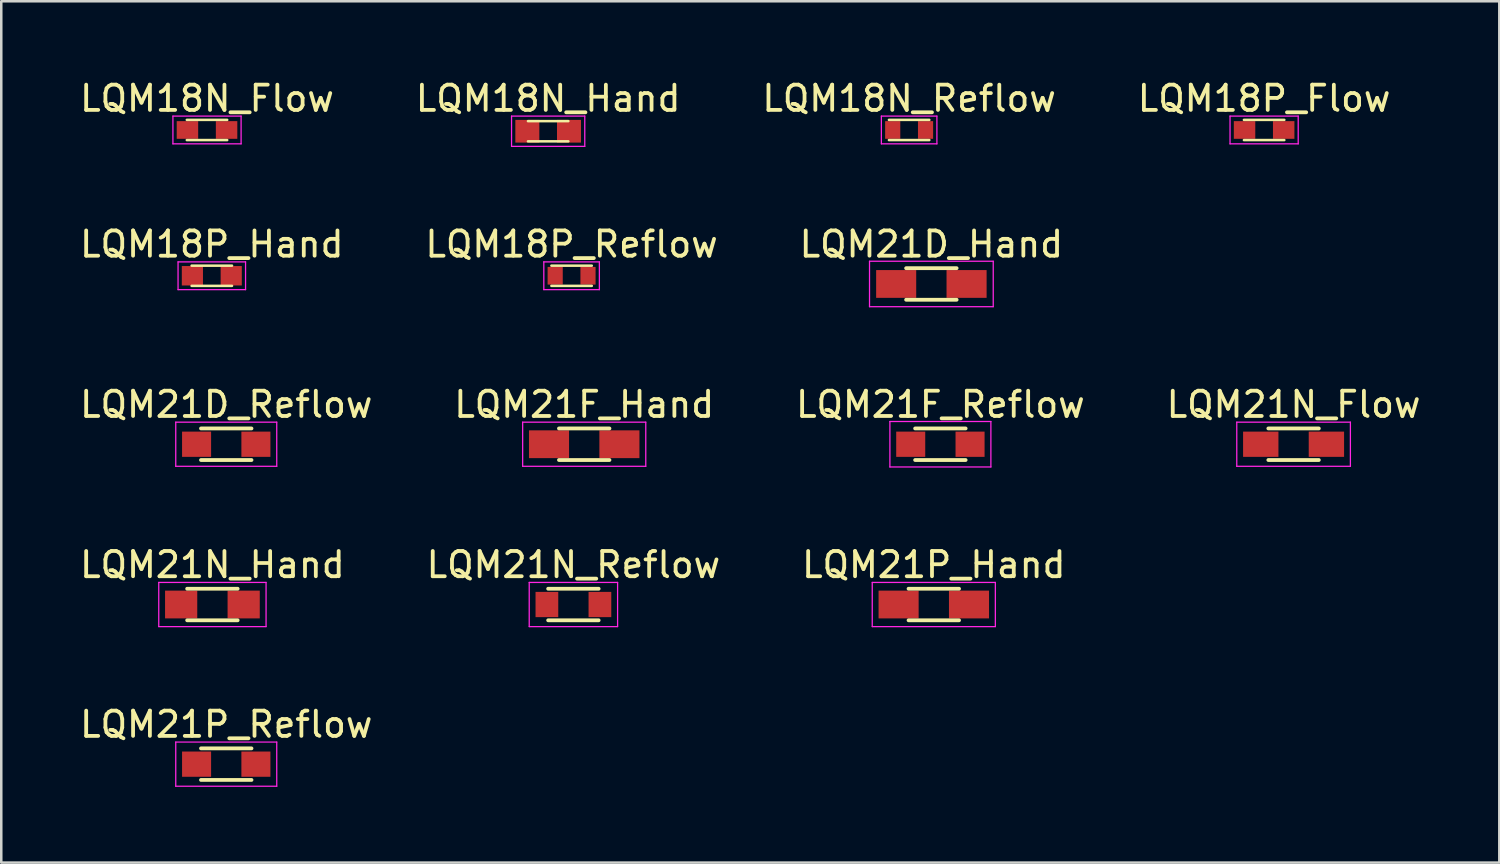
<source format=kicad_pcb>
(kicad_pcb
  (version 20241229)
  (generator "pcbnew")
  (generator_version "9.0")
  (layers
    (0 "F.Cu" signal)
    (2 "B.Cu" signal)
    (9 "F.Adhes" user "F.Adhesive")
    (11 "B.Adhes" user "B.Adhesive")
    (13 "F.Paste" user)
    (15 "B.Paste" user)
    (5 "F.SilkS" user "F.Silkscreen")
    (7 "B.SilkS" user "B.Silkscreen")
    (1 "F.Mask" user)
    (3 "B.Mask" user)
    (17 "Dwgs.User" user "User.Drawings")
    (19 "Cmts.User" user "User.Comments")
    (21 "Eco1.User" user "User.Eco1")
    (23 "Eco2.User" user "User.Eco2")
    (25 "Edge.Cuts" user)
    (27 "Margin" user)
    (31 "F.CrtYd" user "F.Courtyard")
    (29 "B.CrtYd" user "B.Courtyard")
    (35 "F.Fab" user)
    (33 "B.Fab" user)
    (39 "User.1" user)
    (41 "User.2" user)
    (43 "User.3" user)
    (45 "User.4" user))
  (footprint "LQM21F_Reflow"
    (layer "F.Cu")
    (at 34.196 14.545)
    (property "Reference" "LQM21F_Reflow" (at 0 -1.575 0) (layer "F.SilkS") (effects (font (size 1 1) (thickness 0.15))))
    (attr smd)
    (fp_line (start -1 -0.625) (end 1 -0.625) (stroke (width 0.15) (type solid)) (layer "F.SilkS"))
    (fp_line (start -1 0.625) (end 1 0.625) (stroke (width 0.15) (type solid)) (layer "F.SilkS"))
    (fp_line (start -2 -0.9) (end -2 0.9) (stroke (width 0.05) (type solid)) (layer "F.CrtYd"))
    (fp_line (start -2 -0.9) (end 2 -0.9) (stroke (width 0.05) (type solid)) (layer "F.CrtYd"))
    (fp_line (start -2 0.9) (end 2 0.9) (stroke (width 0.05) (type solid)) (layer "F.CrtYd"))
    (fp_line (start 2 -0.9) (end 2 0.9) (stroke (width 0.05) (type solid)) (layer "F.CrtYd"))
    (pad "1" smd rect (at -1.175 0) (size 1.15 1) (layers "F.Cu" "F.Mask" "F.Paste"))
    (pad "2" smd rect (at 1.175 0) (size 1.15 1) (layers "F.Cu" "F.Mask" "F.Paste")))
  (footprint "LQM18N_Flow"
    (layer "F.Cu")
    (at 5.149 2.098)
    (property "Reference" "LQM18N_Flow" (at 0 -1.25 0) (layer "F.SilkS") (effects (font (size 1 1) (thickness 0.15))))
    (attr smd)
    (fp_line (start -0.8 -0.4) (end 0.8 -0.4) (stroke (width 0.1) (type solid)) (layer "F.SilkS"))
    (fp_line (start -0.8 0.4) (end 0.8 0.4) (stroke (width 0.1) (type solid)) (layer "F.SilkS"))
    (fp_line (start -1.35 -0.55) (end -1.35 0.55) (stroke (width 0.05) (type solid)) (layer "F.CrtYd"))
    (fp_line (start -1.35 -0.55) (end 1.35 -0.55) (stroke (width 0.05) (type solid)) (layer "F.CrtYd"))
    (fp_line (start -1.35 0.55) (end 1.35 0.55) (stroke (width 0.05) (type solid)) (layer "F.CrtYd"))
    (fp_line (start 1.35 -0.55) (end 1.35 0.55) (stroke (width 0.05) (type solid)) (layer "F.CrtYd"))
    (pad "1" smd rect (at -0.775 0) (size 0.85 0.7) (layers "F.Cu" "F.Mask" "F.Paste"))
    (pad "2" smd rect (at 0.775 0) (size 0.85 0.7) (layers "F.Cu" "F.Mask" "F.Paste")))
  (footprint "LQM18N_Hand"
    (layer "F.Cu")
    (at 18.661 2.148)
    (property "Reference" "LQM18N_Hand" (at 0 -1.3 0) (layer "F.SilkS") (effects (font (size 1 1) (thickness 0.15))))
    (attr smd)
    (fp_line (start -0.8 -0.4) (end 0.8 -0.4) (stroke (width 0.1) (type solid)) (layer "F.SilkS"))
    (fp_line (start -0.8 0.4) (end 0.8 0.4) (stroke (width 0.1) (type solid)) (layer "F.SilkS"))
    (fp_line (start -1.45 -0.6) (end -1.45 0.6) (stroke (width 0.05) (type solid)) (layer "F.CrtYd"))
    (fp_line (start -1.45 -0.6) (end 1.45 -0.6) (stroke (width 0.05) (type solid)) (layer "F.CrtYd"))
    (fp_line (start -1.45 0.6) (end 1.45 0.6) (stroke (width 0.05) (type solid)) (layer "F.CrtYd"))
    (fp_line (start 1.45 -0.6) (end 1.45 0.6) (stroke (width 0.05) (type solid)) (layer "F.CrtYd"))
    (pad "1" smd rect (at -0.825 0) (size 0.95 0.9) (layers "F.Cu" "F.Mask" "F.Paste"))
    (pad "2" smd rect (at 0.825 0) (size 0.95 0.9) (layers "F.Cu" "F.Mask" "F.Paste")))
  (footprint "LQM18P_Flow"
    (layer "F.Cu")
    (at 47.018 2.098)
    (property "Reference" "LQM18P_Flow" (at 0 -1.25 0) (layer "F.SilkS") (effects (font (size 1 1) (thickness 0.15))))
    (attr smd)
    (fp_line (start -0.8 -0.4) (end 0.8 -0.4) (stroke (width 0.1) (type solid)) (layer "F.SilkS"))
    (fp_line (start -0.8 0.4) (end 0.8 0.4) (stroke (width 0.1) (type solid)) (layer "F.SilkS"))
    (fp_line (start -1.35 -0.55) (end -1.35 0.55) (stroke (width 0.05) (type solid)) (layer "F.CrtYd"))
    (fp_line (start -1.35 -0.55) (end 1.35 -0.55) (stroke (width 0.05) (type solid)) (layer "F.CrtYd"))
    (fp_line (start -1.35 0.55) (end 1.35 0.55) (stroke (width 0.05) (type solid)) (layer "F.CrtYd"))
    (fp_line (start 1.35 -0.55) (end 1.35 0.55) (stroke (width 0.05) (type solid)) (layer "F.CrtYd"))
    (pad "1" smd rect (at -0.775 0) (size 0.85 0.7) (layers "F.Cu" "F.Mask" "F.Paste"))
    (pad "2" smd rect (at 0.775 0) (size 0.85 0.7) (layers "F.Cu" "F.Mask" "F.Paste")))
  (footprint "LQM21D_Reflow"
    (layer "F.Cu")
    (at 5.911 14.545)
    (property "Reference" "LQM21D_Reflow" (at 0 -1.575 0) (layer "F.SilkS") (effects (font (size 1 1) (thickness 0.15))))
    (attr smd)
    (fp_line (start -1 -0.625) (end 1 -0.625) (stroke (width 0.15) (type solid)) (layer "F.SilkS"))
    (fp_line (start -1 0.625) (end 1 0.625) (stroke (width 0.15) (type solid)) (layer "F.SilkS"))
    (fp_line (start -2 -0.875) (end -2 0.875) (stroke (width 0.05) (type solid)) (layer "F.CrtYd"))
    (fp_line (start -2 -0.875) (end 2 -0.875) (stroke (width 0.05) (type solid)) (layer "F.CrtYd"))
    (fp_line (start -2 0.875) (end 2 0.875) (stroke (width 0.05) (type solid)) (layer "F.CrtYd"))
    (fp_line (start 2 -0.875) (end 2 0.875) (stroke (width 0.05) (type solid)) (layer "F.CrtYd"))
    (pad "1" smd rect (at -1.175 0) (size 1.15 1) (layers "F.Cu" "F.Mask" "F.Paste"))
    (pad "2" smd rect (at 1.175 0) (size 1.15 1) (layers "F.Cu" "F.Mask" "F.Paste")))
  (footprint "LQM18P_Reflow"
    (layer "F.Cu")
    (at 19.589 7.872)
    (property "Reference" "LQM18P_Reflow" (at 0 -1.25 0) (layer "F.SilkS") (effects (font (size 1 1) (thickness 0.15))))
    (attr smd)
    (fp_line (start -0.8 -0.4) (end 0.8 -0.4) (stroke (width 0.1) (type solid)) (layer "F.SilkS"))
    (fp_line (start -0.8 0.4) (end 0.8 0.4) (stroke (width 0.1) (type solid)) (layer "F.SilkS"))
    (fp_line (start -1.1 -0.55) (end -1.1 0.55) (stroke (width 0.05) (type solid)) (layer "F.CrtYd"))
    (fp_line (start -1.1 -0.55) (end 1.1 -0.55) (stroke (width 0.05) (type solid)) (layer "F.CrtYd"))
    (fp_line (start -1.1 0.55) (end 1.1 0.55) (stroke (width 0.05) (type solid)) (layer "F.CrtYd"))
    (fp_line (start 1.1 -0.55) (end 1.1 0.55) (stroke (width 0.05) (type solid)) (layer "F.CrtYd"))
    (pad "1" smd rect (at -0.65 0) (size 0.6 0.7) (layers "F.Cu" "F.Mask" "F.Paste"))
    (pad "2" smd rect (at 0.65 0) (size 0.6 0.7) (layers "F.Cu" "F.Mask" "F.Paste")))
  (footprint "LQM21N_Reflow"
    (layer "F.Cu")
    (at 19.661 20.893)
    (property "Reference" "LQM21N_Reflow" (at 0 -1.575 0) (layer "F.SilkS") (effects (font (size 1 1) (thickness 0.15))))
    (attr smd)
    (fp_line (start -1 -0.625) (end 1 -0.625) (stroke (width 0.15) (type solid)) (layer "F.SilkS"))
    (fp_line (start -1 0.625) (end 1 0.625) (stroke (width 0.15) (type solid)) (layer "F.SilkS"))
    (fp_line (start -1.75 -0.875) (end -1.75 0.875) (stroke (width 0.05) (type solid)) (layer "F.CrtYd"))
    (fp_line (start -1.75 -0.875) (end 1.75 -0.875) (stroke (width 0.05) (type solid)) (layer "F.CrtYd"))
    (fp_line (start -1.75 0.875) (end 1.75 0.875) (stroke (width 0.05) (type solid)) (layer "F.CrtYd"))
    (fp_line (start 1.75 -0.875) (end 1.75 0.875) (stroke (width 0.05) (type solid)) (layer "F.CrtYd"))
    (pad "1" smd rect (at -1.05 0) (size 0.9 1) (layers "F.Cu" "F.Mask" "F.Paste"))
    (pad "2" smd rect (at 1.05 0) (size 0.9 1) (layers "F.Cu" "F.Mask" "F.Paste")))
  (footprint "LQM21N_Flow"
    (layer "F.Cu")
    (at 48.185 14.545)
    (property "Reference" "LQM21N_Flow" (at 0 -1.575 0) (layer "F.SilkS") (effects (font (size 1 1) (thickness 0.15))))
    (attr smd)
    (fp_line (start -1 -0.625) (end 1 -0.625) (stroke (width 0.15) (type solid)) (layer "F.SilkS"))
    (fp_line (start -1 0.625) (end 1 0.625) (stroke (width 0.15) (type solid)) (layer "F.SilkS"))
    (fp_line (start -2.25 -0.875) (end -2.25 0.875) (stroke (width 0.05) (type solid)) (layer "F.CrtYd"))
    (fp_line (start -2.25 -0.875) (end 2.25 -0.875) (stroke (width 0.05) (type solid)) (layer "F.CrtYd"))
    (fp_line (start -2.25 0.875) (end 2.25 0.875) (stroke (width 0.05) (type solid)) (layer "F.CrtYd"))
    (fp_line (start 2.25 -0.875) (end 2.25 0.875) (stroke (width 0.05) (type solid)) (layer "F.CrtYd"))
    (pad "1" smd rect (at -1.3 0) (size 1.4 1) (layers "F.Cu" "F.Mask" "F.Paste"))
    (pad "2" smd rect (at 1.3 0) (size 1.4 1) (layers "F.Cu" "F.Mask" "F.Paste")))
  (footprint "LQM21P_Hand"
    (layer "F.Cu")
    (at 33.935 20.893)
    (property "Reference" "LQM21P_Hand" (at 0 -1.575 0) (layer "F.SilkS") (effects (font (size 1 1) (thickness 0.15))))
    (attr smd)
    (fp_line (start -1 -0.625) (end 1 -0.625) (stroke (width 0.15) (type solid)) (layer "F.SilkS"))
    (fp_line (start -1 0.625) (end 1 0.625) (stroke (width 0.15) (type solid)) (layer "F.SilkS"))
    (fp_line (start -2.438 -0.875) (end -2.438 0.875) (stroke (width 0.05) (type solid)) (layer "F.CrtYd"))
    (fp_line (start -2.438 -0.875) (end 2.438 -0.875) (stroke (width 0.05) (type solid)) (layer "F.CrtYd"))
    (fp_line (start -2.438 0.875) (end 2.438 0.875) (stroke (width 0.05) (type solid)) (layer "F.CrtYd"))
    (fp_line (start 2.438 -0.875) (end 2.438 0.875) (stroke (width 0.05) (type solid)) (layer "F.CrtYd"))
    (pad "1" smd rect (at -1.394 0) (size 1.587 1.1) (layers "F.Cu" "F.Mask" "F.Paste"))
    (pad "2" smd rect (at 1.394 0) (size 1.587 1.1) (layers "F.Cu" "F.Mask" "F.Paste")))
  (footprint "LQM18P_Hand"
    (layer "F.Cu")
    (at 5.339 7.872)
    (property "Reference" "LQM18P_Hand" (at 0 -1.25 0) (layer "F.SilkS") (effects (font (size 1 1) (thickness 0.15))))
    (attr smd)
    (fp_line (start -0.8 -0.4) (end 0.8 -0.4) (stroke (width 0.1) (type solid)) (layer "F.SilkS"))
    (fp_line (start -0.8 0.4) (end 0.8 0.4) (stroke (width 0.1) (type solid)) (layer "F.SilkS"))
    (fp_line (start -1.337 -0.55) (end -1.337 0.55) (stroke (width 0.05) (type solid)) (layer "F.CrtYd"))
    (fp_line (start -1.337 -0.55) (end 1.337 -0.55) (stroke (width 0.05) (type solid)) (layer "F.CrtYd"))
    (fp_line (start -1.337 0.55) (end 1.337 0.55) (stroke (width 0.05) (type solid)) (layer "F.CrtYd"))
    (fp_line (start 1.337 -0.55) (end 1.337 0.55) (stroke (width 0.05) (type solid)) (layer "F.CrtYd"))
    (pad "1" smd rect (at -0.769 0) (size 0.838 0.77) (layers "F.Cu" "F.Mask" "F.Paste"))
    (pad "2" smd rect (at 0.769 0) (size 0.838 0.77) (layers "F.Cu" "F.Mask" "F.Paste")))
  (footprint "LQM21F_Hand"
    (layer "F.Cu")
    (at 20.089 14.545)
    (property "Reference" "LQM21F_Hand" (at 0 -1.575 0) (layer "F.SilkS") (effects (font (size 1 1) (thickness 0.15))))
    (attr smd)
    (fp_line (start -1 -0.625) (end 1 -0.625) (stroke (width 0.15) (type solid)) (layer "F.SilkS"))
    (fp_line (start -1 0.625) (end 1 0.625) (stroke (width 0.15) (type solid)) (layer "F.SilkS"))
    (fp_line (start -2.438 -0.875) (end -2.438 0.875) (stroke (width 0.05) (type solid)) (layer "F.CrtYd"))
    (fp_line (start -2.438 -0.875) (end 2.438 -0.875) (stroke (width 0.05) (type solid)) (layer "F.CrtYd"))
    (fp_line (start -2.438 0.875) (end 2.438 0.875) (stroke (width 0.05) (type solid)) (layer "F.CrtYd"))
    (fp_line (start 2.438 -0.875) (end 2.438 0.875) (stroke (width 0.05) (type solid)) (layer "F.CrtYd"))
    (pad "1" smd rect (at -1.394 0) (size 1.587 1.1) (layers "F.Cu" "F.Mask" "F.Paste"))
    (pad "2" smd rect (at 1.394 0) (size 1.587 1.1) (layers "F.Cu" "F.Mask" "F.Paste")))
  (footprint "LQM21D_Hand"
    (layer "F.Cu")
    (at 33.839 8.197)
    (property "Reference" "LQM21D_Hand" (at 0 -1.575 0) (layer "F.SilkS") (effects (font (size 1 1) (thickness 0.15))))
    (attr smd)
    (fp_line (start -1 -0.625) (end 1 -0.625) (stroke (width 0.15) (type solid)) (layer "F.SilkS"))
    (fp_line (start -1 0.625) (end 1 0.625) (stroke (width 0.15) (type solid)) (layer "F.SilkS"))
    (fp_line (start -2.45 -0.9) (end -2.45 0.9) (stroke (width 0.05) (type solid)) (layer "F.CrtYd"))
    (fp_line (start -2.45 -0.9) (end 2.45 -0.9) (stroke (width 0.05) (type solid)) (layer "F.CrtYd"))
    (fp_line (start -2.45 0.9) (end 2.45 0.9) (stroke (width 0.05) (type solid)) (layer "F.CrtYd"))
    (fp_line (start 2.45 -0.9) (end 2.45 0.9) (stroke (width 0.05) (type solid)) (layer "F.CrtYd"))
    (pad "1" smd rect (at -1.394 0) (size 1.587 1.1) (layers "F.Cu" "F.Mask" "F.Paste"))
    (pad "2" smd rect (at 1.394 0) (size 1.587 1.1) (layers "F.Cu" "F.Mask" "F.Paste")))
  (footprint "LQM18N_Reflow"
    (layer "F.Cu")
    (at 32.958 2.098)
    (property "Reference" "LQM18N_Reflow" (at 0 -1.25 0) (layer "F.SilkS") (effects (font (size 1 1) (thickness 0.15))))
    (attr smd)
    (fp_line (start -0.8 -0.4) (end 0.8 -0.4) (stroke (width 0.1) (type solid)) (layer "F.SilkS"))
    (fp_line (start -0.8 0.4) (end 0.8 0.4) (stroke (width 0.1) (type solid)) (layer "F.SilkS"))
    (fp_line (start -1.1 -0.55) (end -1.1 0.55) (stroke (width 0.05) (type solid)) (layer "F.CrtYd"))
    (fp_line (start -1.1 -0.55) (end 1.1 -0.55) (stroke (width 0.05) (type solid)) (layer "F.CrtYd"))
    (fp_line (start -1.1 0.55) (end 1.1 0.55) (stroke (width 0.05) (type solid)) (layer "F.CrtYd"))
    (fp_line (start 1.1 -0.55) (end 1.1 0.55) (stroke (width 0.05) (type solid)) (layer "F.CrtYd"))
    (pad "1" smd rect (at -0.65 0) (size 0.6 0.7) (layers "F.Cu" "F.Mask" "F.Paste"))
    (pad "2" smd rect (at 0.65 0) (size 0.6 0.7) (layers "F.Cu" "F.Mask" "F.Paste")))
  (footprint "LQM21N_Hand"
    (layer "F.Cu")
    (at 5.363 20.893)
    (property "Reference" "LQM21N_Hand" (at 0 -1.575 0) (layer "F.SilkS") (effects (font (size 1 1) (thickness 0.15))))
    (attr smd)
    (fp_line (start -1 -0.625) (end 1 -0.625) (stroke (width 0.15) (type solid)) (layer "F.SilkS"))
    (fp_line (start -1 0.625) (end 1 0.625) (stroke (width 0.15) (type solid)) (layer "F.SilkS"))
    (fp_line (start -2.125 -0.875) (end -2.125 0.875) (stroke (width 0.05) (type solid)) (layer "F.CrtYd"))
    (fp_line (start -2.125 -0.875) (end 2.125 -0.875) (stroke (width 0.05) (type solid)) (layer "F.CrtYd"))
    (fp_line (start -2.125 0.875) (end 2.125 0.875) (stroke (width 0.05) (type solid)) (layer "F.CrtYd"))
    (fp_line (start 2.125 -0.875) (end 2.125 0.875) (stroke (width 0.05) (type solid)) (layer "F.CrtYd"))
    (pad "1" smd rect (at -1.238 0) (size 1.275 1.1) (layers "F.Cu" "F.Mask" "F.Paste"))
    (pad "2" smd rect (at 1.238 0) (size 1.275 1.1) (layers "F.Cu" "F.Mask" "F.Paste")))
  (footprint "LQM21P_Reflow"
    (layer "F.Cu")
    (at 5.911 27.216)
    (property "Reference" "LQM21P_Reflow" (at 0 -1.575 0) (layer "F.SilkS") (effects (font (size 1 1) (thickness 0.15))))
    (attr smd)
    (fp_line (start -1 -0.625) (end 1 -0.625) (stroke (width 0.15) (type solid)) (layer "F.SilkS"))
    (fp_line (start -1 0.625) (end 1 0.625) (stroke (width 0.15) (type solid)) (layer "F.SilkS"))
    (fp_line (start -2 -0.875) (end -2 0.875) (stroke (width 0.05) (type solid)) (layer "F.CrtYd"))
    (fp_line (start -2 -0.875) (end 2 -0.875) (stroke (width 0.05) (type solid)) (layer "F.CrtYd"))
    (fp_line (start -2 0.875) (end 2 0.875) (stroke (width 0.05) (type solid)) (layer "F.CrtYd"))
    (fp_line (start 2 -0.875) (end 2 0.875) (stroke (width 0.05) (type solid)) (layer "F.CrtYd"))
    (pad "1" smd rect (at -1.175 0) (size 1.15 1) (layers "F.Cu" "F.Mask" "F.Paste"))
    (pad "2" smd rect (at 1.175 0) (size 1.15 1) (layers "F.Cu" "F.Mask" "F.Paste")))
  (gr_rect
    (start -3 -3)
    (end 56.333 31.116)
    (stroke (width 0.1) (type default))
    (fill no)
    (layer "Edge.Cuts")))
</source>
